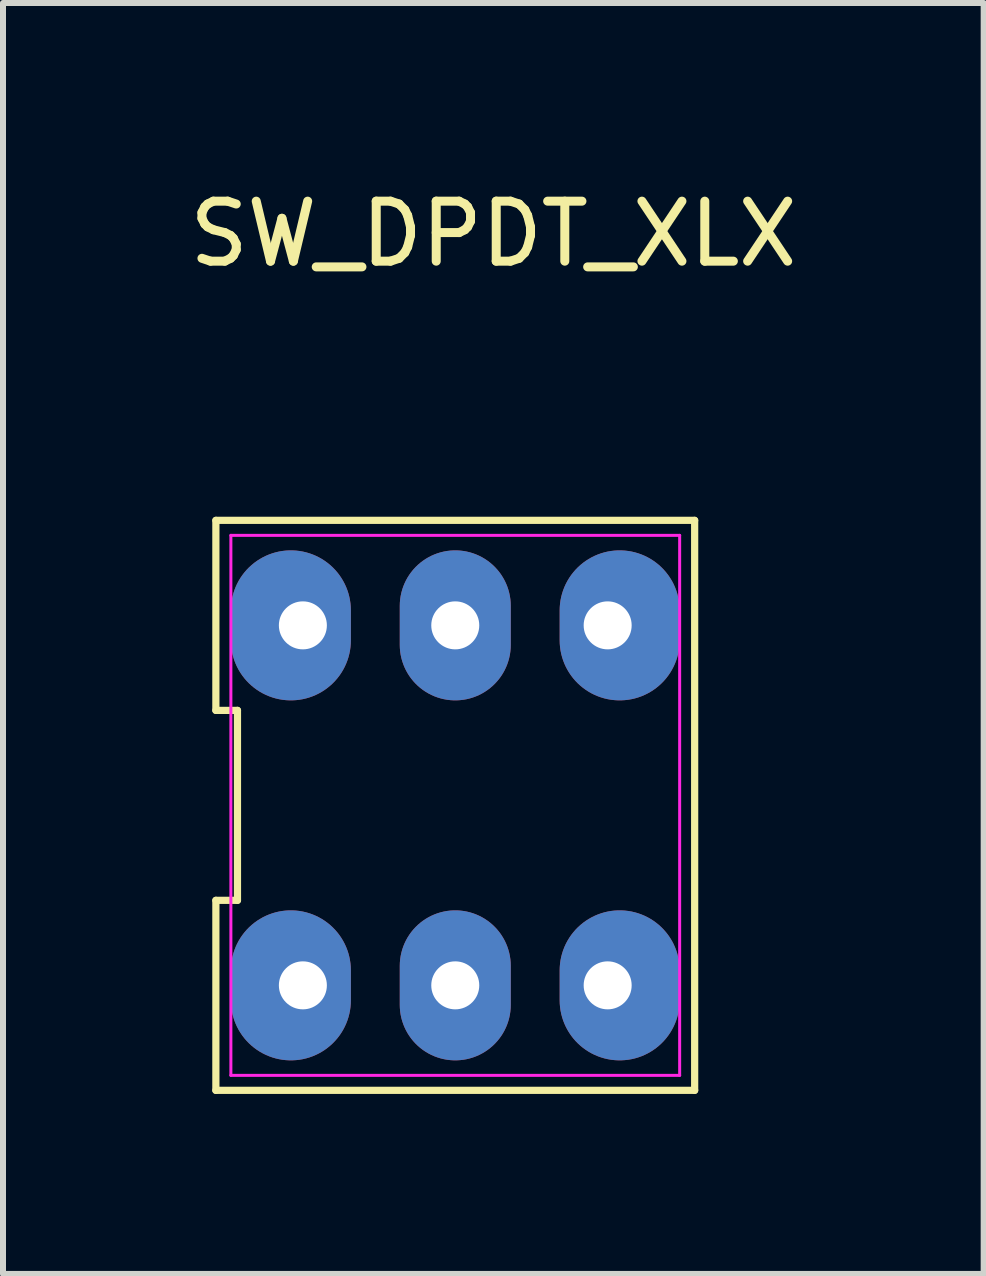
<source format=kicad_pcb>
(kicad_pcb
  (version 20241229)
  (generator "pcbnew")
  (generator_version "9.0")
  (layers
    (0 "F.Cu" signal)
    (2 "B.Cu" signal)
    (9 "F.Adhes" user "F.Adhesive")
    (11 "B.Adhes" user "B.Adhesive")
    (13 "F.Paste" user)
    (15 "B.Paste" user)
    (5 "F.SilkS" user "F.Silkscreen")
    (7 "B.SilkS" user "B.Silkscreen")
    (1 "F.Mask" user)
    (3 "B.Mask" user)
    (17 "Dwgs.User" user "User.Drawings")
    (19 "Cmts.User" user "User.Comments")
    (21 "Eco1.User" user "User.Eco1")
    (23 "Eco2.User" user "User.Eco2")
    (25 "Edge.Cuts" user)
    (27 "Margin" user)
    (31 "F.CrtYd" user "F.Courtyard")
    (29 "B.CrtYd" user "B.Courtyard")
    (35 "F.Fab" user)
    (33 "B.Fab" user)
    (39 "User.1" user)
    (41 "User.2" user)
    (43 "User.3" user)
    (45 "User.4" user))
  (footprint "SW_DPDT_XLX"
    (layer "F.Cu")
    (at 4.538 10.373)
    (property "Reference" "SW_DPDT_XLX" (at 0.635 -9.525 180) (layer "F.SilkS") (effects (font (size 1 1) (thickness 0.15))))
    (attr through_hole)
    (fp_line (start -3.99 -1.583) (end -3.63 -1.583) (stroke (width 0.12) (type solid)) (layer "F.SilkS"))
    (fp_line (start -3.99 1.583) (end -3.99 4.75) (stroke (width 0.12) (type solid)) (layer "F.SilkS"))
    (fp_line (start -3.99 4.75) (end 3.99 4.75) (stroke (width 0.12) (type solid)) (layer "F.SilkS"))
    (fp_line (start -3.99 -4.75) (end -3.99 -1.583) (stroke (width 0.12) (type solid)) (layer "F.SilkS"))
    (fp_line (start -3.63 -1.583) (end -3.63 1.583) (stroke (width 0.12) (type solid)) (layer "F.SilkS"))
    (fp_line (start -3.63 1.583) (end -3.99 1.583) (stroke (width 0.12) (type solid)) (layer "F.SilkS"))
    (fp_line (start 3.99 4.75) (end 3.99 -4.75) (stroke (width 0.12) (type solid)) (layer "F.SilkS"))
    (fp_line (start 3.99 -4.75) (end -3.99 -4.75) (stroke (width 0.12) (type solid)) (layer "F.SilkS"))
    (fp_line (start -3.74 -4.5) (end 3.74 -4.5) (stroke (width 0.05) (type solid)) (layer "F.CrtYd"))
    (fp_line (start -3.74 4.5) (end -3.74 -4.5) (stroke (width 0.05) (type solid)) (layer "F.CrtYd"))
    (fp_line (start 3.74 -4.5) (end 3.74 4.5) (stroke (width 0.05) (type solid)) (layer "F.CrtYd"))
    (fp_line (start 3.74 4.5) (end -3.74 4.5) (stroke (width 0.05) (type solid)) (layer "F.CrtYd"))
    (pad "1" thru_hole oval (at -2.54 3) (size 2 2.5) (drill 0.8 (offset -0.2 0)) (layers "*.Cu" "*.Mask"))
    (pad "2" thru_hole oval (at 0 3) (size 1.85 2.5) (drill 0.8) (layers "*.Cu" "*.Mask"))
    (pad "3" thru_hole oval (at 2.54 3) (size 2 2.5) (drill 0.8 (offset 0.2 0)) (layers "*.Cu" "*.Mask"))
    (pad "4" thru_hole oval (at 2.54 -3) (size 2 2.5) (drill 0.8 (offset 0.2 0)) (layers "*.Cu" "*.Mask"))
    (pad "5" thru_hole oval (at 0 -3) (size 1.85 2.5) (drill 0.8) (layers "*.Cu" "*.Mask"))
    (pad "6" thru_hole oval (at -2.54 -3) (size 2 2.5) (drill 0.8 (offset -0.2 0)) (layers "*.Cu" "*.Mask")))
  (gr_rect
    (start -3 -3)
    (end 13.345 18.183)
    (stroke (width 0.1) (type default))
    (fill no)
    (layer "Edge.Cuts")))
</source>
